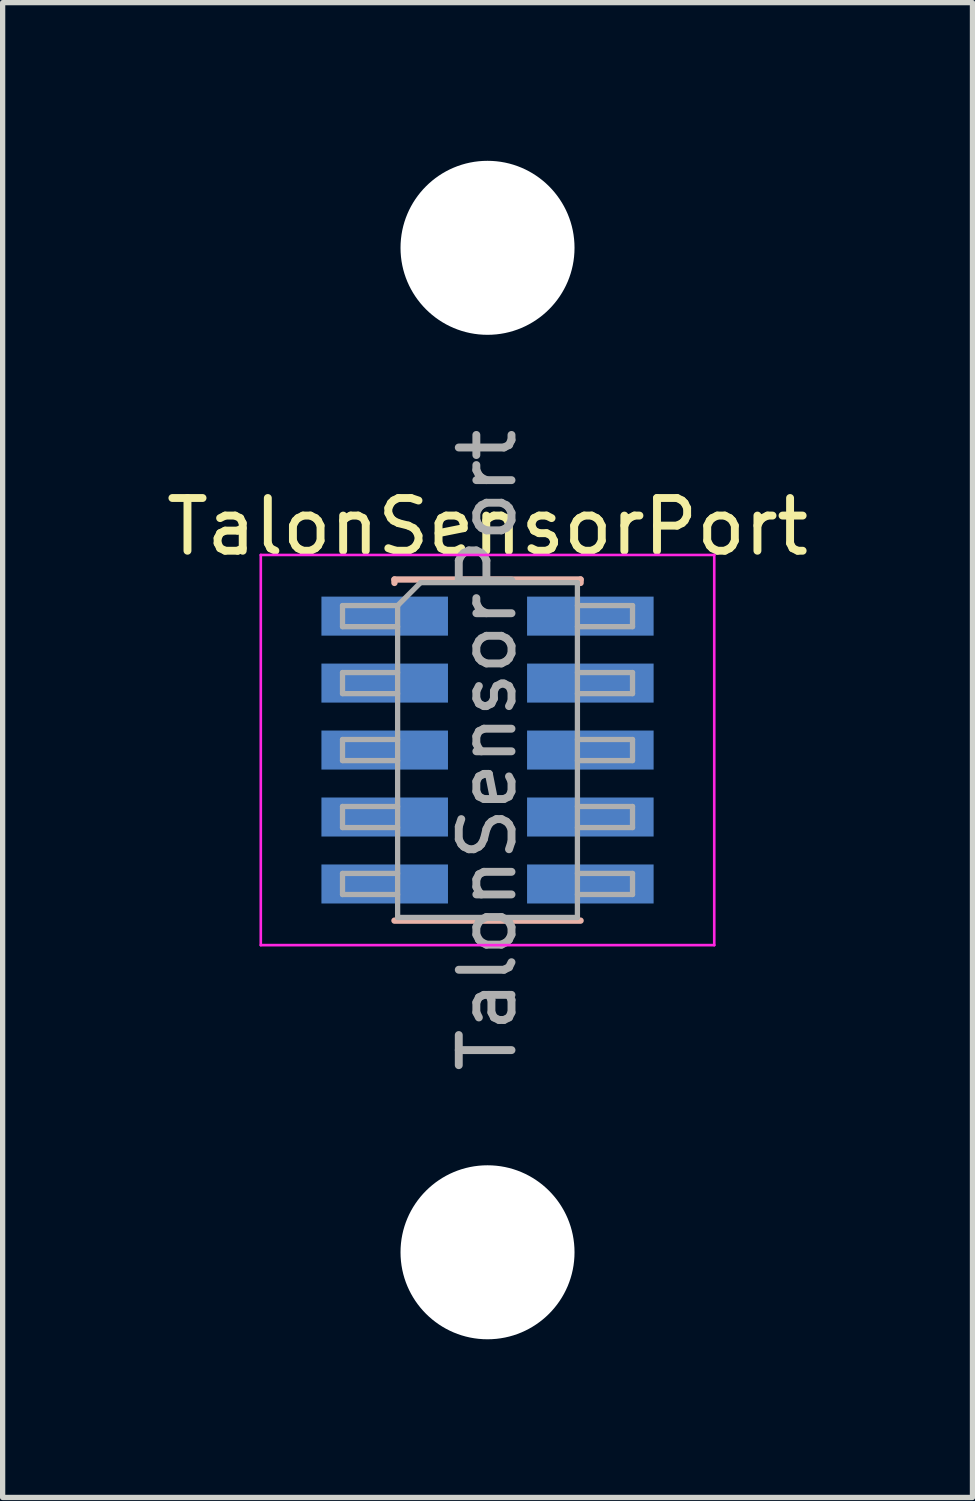
<source format=kicad_pcb>
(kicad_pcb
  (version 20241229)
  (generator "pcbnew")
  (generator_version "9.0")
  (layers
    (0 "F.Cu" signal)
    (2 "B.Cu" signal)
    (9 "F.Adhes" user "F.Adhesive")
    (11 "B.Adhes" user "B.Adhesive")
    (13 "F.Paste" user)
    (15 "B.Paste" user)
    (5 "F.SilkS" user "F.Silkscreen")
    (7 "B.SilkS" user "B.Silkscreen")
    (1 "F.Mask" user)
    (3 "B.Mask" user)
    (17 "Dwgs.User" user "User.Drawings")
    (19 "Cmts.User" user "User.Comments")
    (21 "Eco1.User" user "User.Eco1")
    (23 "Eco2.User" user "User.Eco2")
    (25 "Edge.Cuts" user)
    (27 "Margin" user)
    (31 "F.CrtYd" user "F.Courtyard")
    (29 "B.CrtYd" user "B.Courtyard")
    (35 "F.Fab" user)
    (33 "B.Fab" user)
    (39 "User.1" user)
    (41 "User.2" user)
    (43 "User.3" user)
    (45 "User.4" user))
  (footprint "TalonSensorPort"
    (layer "F.Cu")
    (at 6.196 11.175)
    (property "Reference" "TalonSensorPort" (at 0 -4.235 0) (layer "F.SilkS") (effects (font (size 1 1) (thickness 0.15))))
    (attr smd)
    (fp_line (start -1.765 -3.235) (end 1.765 -3.235) (stroke (width 0.12) (type solid)) (layer "B.SilkS"))
    (fp_line (start -1.765 -3.17) (end -1.765 -3.235) (stroke (width 0.12) (type solid)) (layer "B.SilkS"))
    (fp_line (start -1.765 3.235) (end 1.765 3.235) (stroke (width 0.12) (type solid)) (layer "B.SilkS"))
    (fp_line (start 1.765 -3.17) (end 1.765 -3.235) (stroke (width 0.12) (type solid)) (layer "B.SilkS"))
    (fp_line (start -4.3 -3.7) (end -4.3 3.7) (stroke (width 0.05) (type solid)) (layer "F.CrtYd"))
    (fp_line (start -4.3 3.7) (end 4.3 3.7) (stroke (width 0.05) (type solid)) (layer "F.CrtYd"))
    (fp_line (start 4.3 -3.7) (end -4.3 -3.7) (stroke (width 0.05) (type solid)) (layer "F.CrtYd"))
    (fp_line (start 4.3 3.7) (end 4.3 -3.7) (stroke (width 0.05) (type solid)) (layer "F.CrtYd"))
    (fp_line (start -2.75 -2.74) (end -2.75 -2.34) (stroke (width 0.1) (type solid)) (layer "F.Fab"))
    (fp_line (start -2.75 -2.34) (end -1.705 -2.34) (stroke (width 0.1) (type solid)) (layer "F.Fab"))
    (fp_line (start -2.75 -1.47) (end -2.75 -1.07) (stroke (width 0.1) (type solid)) (layer "F.Fab"))
    (fp_line (start -2.75 -1.07) (end -1.705 -1.07) (stroke (width 0.1) (type solid)) (layer "F.Fab"))
    (fp_line (start -2.75 -0.2) (end -2.75 0.2) (stroke (width 0.1) (type solid)) (layer "F.Fab"))
    (fp_line (start -2.75 0.2) (end -1.705 0.2) (stroke (width 0.1) (type solid)) (layer "F.Fab"))
    (fp_line (start -2.75 1.07) (end -2.75 1.47) (stroke (width 0.1) (type solid)) (layer "F.Fab"))
    (fp_line (start -2.75 1.47) (end -1.705 1.47) (stroke (width 0.1) (type solid)) (layer "F.Fab"))
    (fp_line (start -2.75 2.34) (end -2.75 2.74) (stroke (width 0.1) (type solid)) (layer "F.Fab"))
    (fp_line (start -2.75 2.74) (end -1.705 2.74) (stroke (width 0.1) (type solid)) (layer "F.Fab"))
    (fp_line (start -1.705 -2.74) (end -2.75 -2.74) (stroke (width 0.1) (type solid)) (layer "F.Fab"))
    (fp_line (start -1.705 -2.74) (end -1.27 -3.175) (stroke (width 0.1) (type solid)) (layer "F.Fab"))
    (fp_line (start -1.705 -1.47) (end -2.75 -1.47) (stroke (width 0.1) (type solid)) (layer "F.Fab"))
    (fp_line (start -1.705 -0.2) (end -2.75 -0.2) (stroke (width 0.1) (type solid)) (layer "F.Fab"))
    (fp_line (start -1.705 1.07) (end -2.75 1.07) (stroke (width 0.1) (type solid)) (layer "F.Fab"))
    (fp_line (start -1.705 2.34) (end -2.75 2.34) (stroke (width 0.1) (type solid)) (layer "F.Fab"))
    (fp_line (start -1.705 3.175) (end -1.705 -2.74) (stroke (width 0.1) (type solid)) (layer "F.Fab"))
    (fp_line (start -1.27 -3.175) (end 1.705 -3.175) (stroke (width 0.1) (type solid)) (layer "F.Fab"))
    (fp_line (start 1.705 -3.175) (end 1.705 3.175) (stroke (width 0.1) (type solid)) (layer "F.Fab"))
    (fp_line (start 1.705 -2.74) (end 2.75 -2.74) (stroke (width 0.1) (type solid)) (layer "F.Fab"))
    (fp_line (start 1.705 -1.47) (end 2.75 -1.47) (stroke (width 0.1) (type solid)) (layer "F.Fab"))
    (fp_line (start 1.705 -0.2) (end 2.75 -0.2) (stroke (width 0.1) (type solid)) (layer "F.Fab"))
    (fp_line (start 1.705 1.07) (end 2.75 1.07) (stroke (width 0.1) (type solid)) (layer "F.Fab"))
    (fp_line (start 1.705 2.34) (end 2.75 2.34) (stroke (width 0.1) (type solid)) (layer "F.Fab"))
    (fp_line (start 1.705 3.175) (end -1.705 3.175) (stroke (width 0.1) (type solid)) (layer "F.Fab"))
    (fp_line (start 2.75 -2.74) (end 2.75 -2.34) (stroke (width 0.1) (type solid)) (layer "F.Fab"))
    (fp_line (start 2.75 -2.34) (end 1.705 -2.34) (stroke (width 0.1) (type solid)) (layer "F.Fab"))
    (fp_line (start 2.75 -1.47) (end 2.75 -1.07) (stroke (width 0.1) (type solid)) (layer "F.Fab"))
    (fp_line (start 2.75 -1.07) (end 1.705 -1.07) (stroke (width 0.1) (type solid)) (layer "F.Fab"))
    (fp_line (start 2.75 -0.2) (end 2.75 0.2) (stroke (width 0.1) (type solid)) (layer "F.Fab"))
    (fp_line (start 2.75 0.2) (end 1.705 0.2) (stroke (width 0.1) (type solid)) (layer "F.Fab"))
    (fp_line (start 2.75 1.07) (end 2.75 1.47) (stroke (width 0.1) (type solid)) (layer "F.Fab"))
    (fp_line (start 2.75 1.47) (end 1.705 1.47) (stroke (width 0.1) (type solid)) (layer "F.Fab"))
    (fp_line (start 2.75 2.34) (end 2.75 2.74) (stroke (width 0.1) (type solid)) (layer "F.Fab"))
    (fp_line (start 2.75 2.74) (end 1.705 2.74) (stroke (width 0.1) (type solid)) (layer "F.Fab"))
    (fp_text user "${REFERENCE}" (at 0 0 90) (layer "F.Fab") (effects (font (size 1 1) (thickness 0.15))))
    (pad "" np_thru_hole circle (at 0 -9.525) (size 3.3 3.3) (drill 3.3) (layers "*.Mask" "F.Cu"))
    (pad "" np_thru_hole circle (at 0 9.525) (size 3.3 3.3) (drill 3.3) (layers "*.Mask" "F.Cu"))
    (pad "1" smd rect (at 1.95 2.54) (size 2.4 0.74) (layers "B.Cu" "B.Mask" "B.Paste"))
    (pad "2" smd rect (at -1.95 2.54) (size 2.4 0.74) (layers "B.Cu" "B.Mask" "B.Paste"))
    (pad "3" smd rect (at 1.95 1.27) (size 2.4 0.74) (layers "B.Cu" "B.Mask" "B.Paste"))
    (pad "4" smd rect (at -1.95 1.27) (size 2.4 0.74) (layers "B.Cu" "B.Mask" "B.Paste"))
    (pad "5" smd rect (at 1.95 0) (size 2.4 0.74) (layers "B.Cu" "B.Mask" "B.Paste"))
    (pad "6" smd rect (at -1.95 0) (size 2.4 0.74) (layers "B.Cu" "B.Mask" "B.Paste"))
    (pad "7" smd rect (at 1.95 -1.27) (size 2.4 0.74) (layers "B.Cu" "B.Mask" "B.Paste"))
    (pad "8" smd rect (at -1.95 -1.27) (size 2.4 0.74) (layers "B.Cu" "B.Mask" "B.Paste"))
    (pad "9" smd rect (at 1.95 -2.54) (size 2.4 0.74) (layers "B.Cu" "B.Mask" "B.Paste"))
    (pad "10" smd rect (at -1.95 -2.54) (size 2.4 0.74) (layers "B.Cu" "B.Mask" "B.Paste")))
  (gr_rect
    (start -3 -3)
    (end 15.393 25.35)
    (stroke (width 0.1) (type default))
    (fill no)
    (layer "Edge.Cuts")))
</source>
